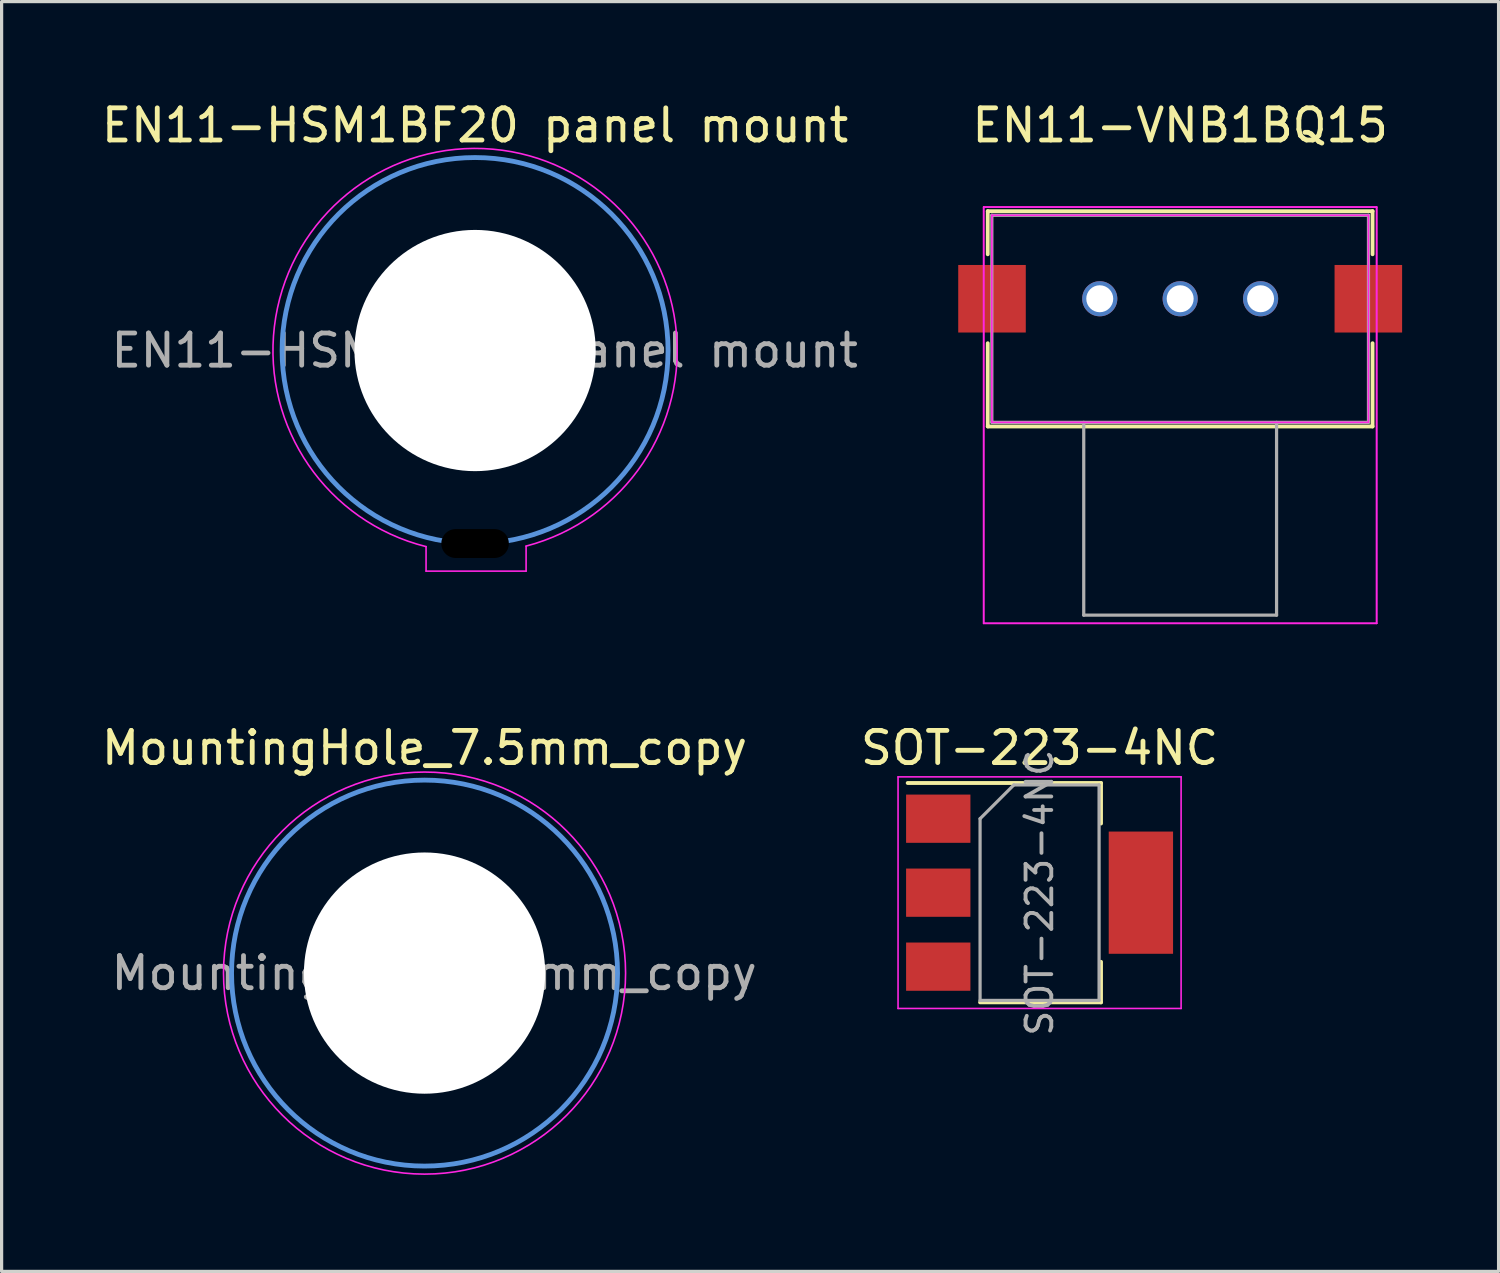
<source format=kicad_pcb>
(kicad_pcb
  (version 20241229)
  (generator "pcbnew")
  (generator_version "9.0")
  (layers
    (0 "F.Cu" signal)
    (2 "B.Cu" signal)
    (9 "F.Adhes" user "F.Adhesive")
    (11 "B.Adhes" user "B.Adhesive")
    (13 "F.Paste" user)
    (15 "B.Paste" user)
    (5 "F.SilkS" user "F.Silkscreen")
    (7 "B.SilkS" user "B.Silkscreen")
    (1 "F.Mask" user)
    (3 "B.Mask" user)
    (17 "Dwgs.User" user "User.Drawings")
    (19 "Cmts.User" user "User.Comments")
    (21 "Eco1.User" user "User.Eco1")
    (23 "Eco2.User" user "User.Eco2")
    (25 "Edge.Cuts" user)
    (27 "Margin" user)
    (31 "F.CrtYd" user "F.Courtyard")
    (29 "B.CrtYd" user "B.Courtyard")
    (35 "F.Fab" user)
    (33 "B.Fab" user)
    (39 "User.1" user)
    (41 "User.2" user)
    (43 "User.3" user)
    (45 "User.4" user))
  (footprint "EN11-VNB1BQ15"
    (layer "F.Cu")
    (at 33.628 6.182)
    (property "Reference" "EN11-VNB1BQ15" (at 0.013 -5.334 0) (layer "F.SilkS") (effects (font (size 1 1) (thickness 0.15))))
    (attr through_hole)
    (fp_line (start -5.969 -2.667) (end -5.969 -1.327) (stroke (width 0.12) (type solid)) (layer "F.SilkS"))
    (fp_line (start -5.969 1.439) (end -5.969 4.026) (stroke (width 0.12) (type solid)) (layer "F.SilkS"))
    (fp_line (start -5.969 4.026) (end 5.994 4.026) (stroke (width 0.12) (type solid)) (layer "F.SilkS"))
    (fp_line (start 5.994 -2.667) (end -5.969 -2.667) (stroke (width 0.12) (type solid)) (layer "F.SilkS"))
    (fp_line (start 5.994 -1.327) (end 5.994 -2.667) (stroke (width 0.12) (type solid)) (layer "F.SilkS"))
    (fp_line (start 5.994 4.026) (end 5.994 1.439) (stroke (width 0.12) (type solid)) (layer "F.SilkS"))
    (fp_line (start -6.096 -2.794) (end -6.096 10.147) (stroke (width 0.05) (type solid)) (layer "F.CrtYd"))
    (fp_line (start -6.096 -2.794) (end -6.096 10.147) (stroke (width 0.05) (type solid)) (layer "F.CrtYd"))
    (fp_line (start -6.096 10.147) (end 6.121 10.147) (stroke (width 0.05) (type solid)) (layer "F.CrtYd"))
    (fp_line (start -6.096 10.147) (end 6.121 10.147) (stroke (width 0.05) (type solid)) (layer "F.CrtYd"))
    (fp_line (start -5.842 -2.54) (end -5.842 3.899) (stroke (width 0.05) (type solid)) (layer "F.CrtYd"))
    (fp_line (start -5.842 3.899) (end 5.867 3.899) (stroke (width 0.05) (type solid)) (layer "F.CrtYd"))
    (fp_line (start 5.867 -2.54) (end -5.842 -2.54) (stroke (width 0.05) (type solid)) (layer "F.CrtYd"))
    (fp_line (start 5.867 3.899) (end 5.867 -2.54) (stroke (width 0.05) (type solid)) (layer "F.CrtYd"))
    (fp_line (start 6.121 -2.794) (end -6.096 -2.794) (stroke (width 0.05) (type solid)) (layer "F.CrtYd"))
    (fp_line (start 6.121 -2.794) (end -6.096 -2.794) (stroke (width 0.05) (type solid)) (layer "F.CrtYd"))
    (fp_line (start 6.121 10.147) (end 6.121 -2.794) (stroke (width 0.05) (type solid)) (layer "F.CrtYd"))
    (fp_line (start 6.121 10.147) (end 6.121 -2.794) (stroke (width 0.05) (type solid)) (layer "F.CrtYd"))
    (fp_line (start -5.842 -2.54) (end -5.842 3.899) (stroke (width 0.1) (type solid)) (layer "F.Fab"))
    (fp_line (start -5.842 3.899) (end 5.867 3.899) (stroke (width 0.1) (type solid)) (layer "F.Fab"))
    (fp_line (start -2.985 3.899) (end -2.985 9.893) (stroke (width 0.1) (type solid)) (layer "F.Fab"))
    (fp_line (start -2.985 9.893) (end 3.01 9.893) (stroke (width 0.1) (type solid)) (layer "F.Fab"))
    (fp_line (start 3.01 3.899) (end 3.01 9.893) (stroke (width 0.1) (type solid)) (layer "F.Fab"))
    (fp_line (start 5.867 -2.54) (end -5.842 -2.54) (stroke (width 0.1) (type solid)) (layer "F.Fab"))
    (fp_line (start 5.867 3.899) (end 5.867 -2.54) (stroke (width 0.1) (type solid)) (layer "F.Fab"))
    (pad "1" thru_hole circle (at 2.513 0.056) (size 1.092 1.092) (drill 0.838) (layers "*.Cu" "*.Mask"))
    (pad "2" thru_hole circle (at -2.487 0.056) (size 1.092 1.092) (drill 0.838) (layers "*.Cu" "*.Mask"))
    (pad "3" thru_hole circle (at 0.013 0.056) (size 1.092 1.092) (drill 0.838) (layers "*.Cu" "*.Mask"))
    (pad "4" smd rect (at -5.837 0.056) (size 2.1 2.1) (layers "F.Cu" "F.Mask" "F.Paste"))
    (pad "5" smd rect (at 5.863 0.056) (size 2.1 2.1) (layers "F.Cu" "F.Mask" "F.Paste")))
  (footprint "SOT-223-4NC"
    (layer "F.Cu")
    (at 29.27 24.703)
    (property "Reference" "SOT-223-4NC" (at 0 -4.5 0) (layer "F.SilkS") (effects (font (size 1 1) (thickness 0.15))))
    (attr smd)
    (fp_line (start -4.1 -3.41) (end 1.91 -3.41) (stroke (width 0.12) (type solid)) (layer "F.SilkS"))
    (fp_line (start -1.85 3.41) (end 1.91 3.41) (stroke (width 0.12) (type solid)) (layer "F.SilkS"))
    (fp_line (start 1.91 -3.41) (end 1.91 -2.15) (stroke (width 0.12) (type solid)) (layer "F.SilkS"))
    (fp_line (start 1.91 3.41) (end 1.91 2.15) (stroke (width 0.12) (type solid)) (layer "F.SilkS"))
    (fp_line (start -4.4 -3.6) (end -4.4 3.6) (stroke (width 0.05) (type solid)) (layer "F.CrtYd"))
    (fp_line (start -4.4 3.6) (end 4.4 3.6) (stroke (width 0.05) (type solid)) (layer "F.CrtYd"))
    (fp_line (start 4.4 -3.6) (end -4.4 -3.6) (stroke (width 0.05) (type solid)) (layer "F.CrtYd"))
    (fp_line (start 4.4 3.6) (end 4.4 -3.6) (stroke (width 0.05) (type solid)) (layer "F.CrtYd"))
    (fp_line (start -1.85 -2.3) (end -1.85 3.35) (stroke (width 0.1) (type solid)) (layer "F.Fab"))
    (fp_line (start -1.85 -2.3) (end -0.8 -3.35) (stroke (width 0.1) (type solid)) (layer "F.Fab"))
    (fp_line (start -1.85 3.35) (end 1.85 3.35) (stroke (width 0.1) (type solid)) (layer "F.Fab"))
    (fp_line (start -0.8 -3.35) (end 1.85 -3.35) (stroke (width 0.1) (type solid)) (layer "F.Fab"))
    (fp_line (start 1.85 -3.35) (end 1.85 3.35) (stroke (width 0.1) (type solid)) (layer "F.Fab"))
    (fp_text user "${REFERENCE}" (at 0 0 90) (layer "F.Fab") (effects (font (size 0.8 0.8) (thickness 0.12))))
    (pad "" smd rect (at 3.15 0) (size 2 3.8) (layers "F.Cu" "F.Mask" "F.Paste"))
    (pad "1" smd rect (at -3.15 -2.3) (size 2 1.5) (layers "F.Cu" "F.Mask" "F.Paste"))
    (pad "2" smd rect (at -3.15 0) (size 2 1.5) (layers "F.Cu" "F.Mask" "F.Paste"))
    (pad "3" smd rect (at -3.15 2.3) (size 2 1.5) (layers "F.Cu" "F.Mask" "F.Paste")))
  (footprint "MountingHole_7.5mm_copy"
    (layer "F.Cu")
    (at 10.149 27.203)
    (property "Reference" "MountingHole_7.5mm_copy" (at 0 -7 0) (layer "F.SilkS") (effects (font (size 1 1) (thickness 0.15))))
    (attr exclude_from_pos_files exclude_from_bom)
    (fp_circle (center 0 0) (end 6 0) (stroke (width 0.15) (type solid)) (fill no) (layer "Cmts.User"))
    (fp_circle (center 0 0) (end 6.25 0) (stroke (width 0.05) (type solid)) (fill no) (layer "F.CrtYd"))
    (fp_text user "${REFERENCE}" (at 0.3 0 0) (layer "F.Fab") (effects (font (size 1 1) (thickness 0.15))))
    (pad "" np_thru_hole circle (at 0 0) (size 7.5 7.5) (drill 7.5) (layers "*.Cu" "*.Mask")))
  (footprint "EN11-HSM1BF20 panel mount"
    (layer "F.Cu")
    (at 11.72 7.848)
    (property "Reference" "EN11-HSM1BF20 panel mount" (at 0 -7 0) (layer "F.SilkS") (effects (font (size 1 1) (thickness 0.15))))
    (attr exclude_from_pos_files exclude_from_bom)
    (fp_circle (center 0 0) (end 6 0) (stroke (width 0.15) (type solid)) (fill no) (layer "Cmts.User"))
    (fp_line (start -1.524 6.096) (end -1.524 6.858) (stroke (width 0.05) (type solid)) (layer "F.CrtYd"))
    (fp_line (start 1.586 6.858) (end -1.524 6.858) (stroke (width 0.05) (type solid)) (layer "F.CrtYd"))
    (fp_line (start 1.586 6.858) (end 1.586 6.08) (stroke (width 0.05) (type solid)) (layer "F.CrtYd"))
    (fp_arc (start -1.524 6.095999) (mid -0.032056 -6.28353) (end 1.586121 6.080132) (stroke (width 0.05) (type solid)) (layer "F.CrtYd"))
    (fp_text user "${REFERENCE}" (at 0.3 0 0) (layer "F.Fab") (effects (font (size 1 1) (thickness 0.15))))
    (pad "" np_thru_hole circle (at 0 0) (size 7.5 7.5) (drill 7.5) (layers "*.Cu" "*.Mask"))
    (pad "" np_thru_hole rect (at 0 6 90) (size 1 2.2) (drill oval 0.9 2.1) (layers "*.Mask")))
  (gr_rect
    (start -3 -3)
    (end 43.54 36.478)
    (stroke (width 0.1) (type default))
    (fill no)
    (layer "Edge.Cuts")))
</source>
